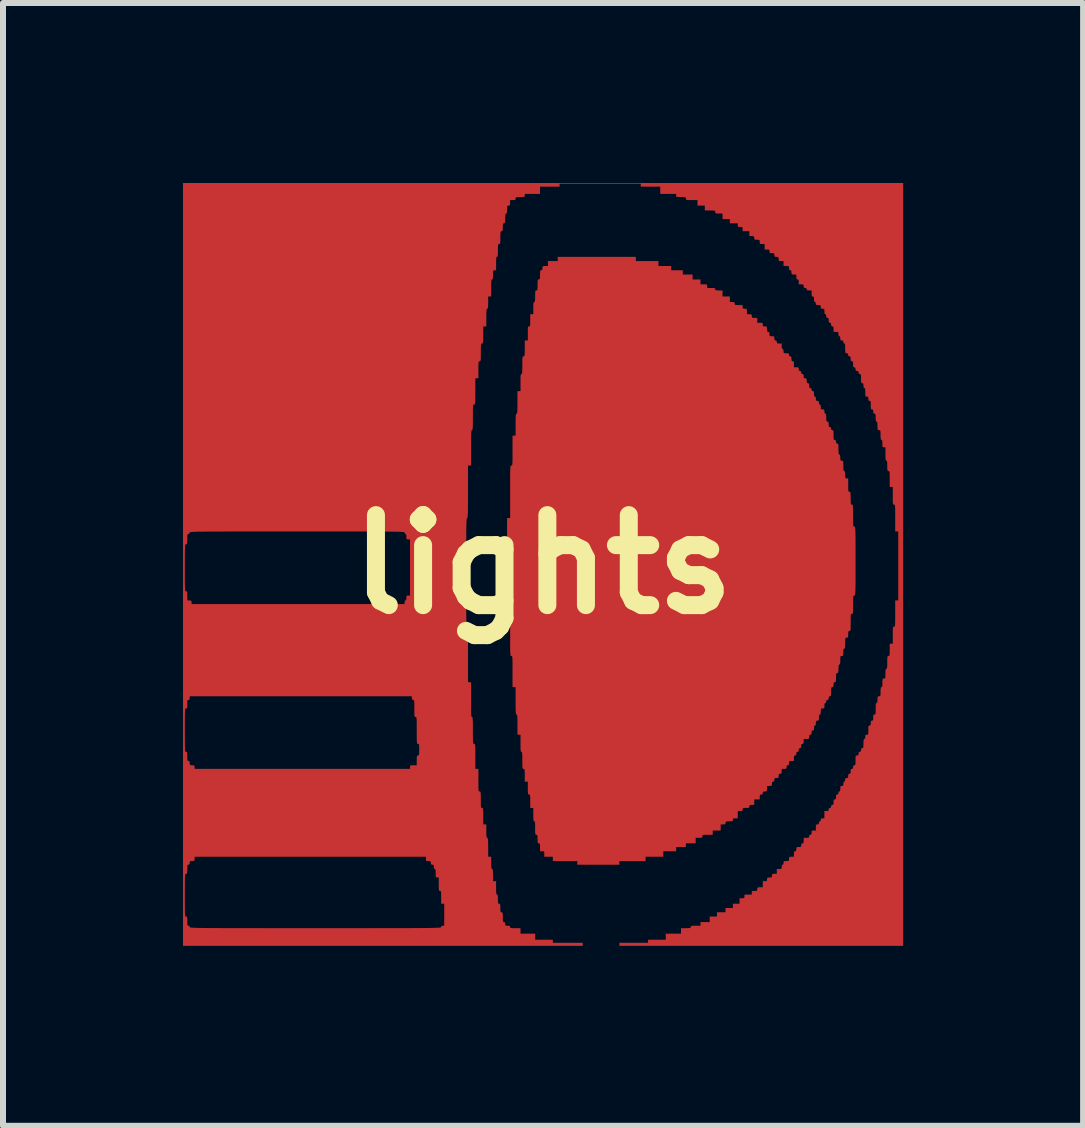
<source format=kicad_pcb>
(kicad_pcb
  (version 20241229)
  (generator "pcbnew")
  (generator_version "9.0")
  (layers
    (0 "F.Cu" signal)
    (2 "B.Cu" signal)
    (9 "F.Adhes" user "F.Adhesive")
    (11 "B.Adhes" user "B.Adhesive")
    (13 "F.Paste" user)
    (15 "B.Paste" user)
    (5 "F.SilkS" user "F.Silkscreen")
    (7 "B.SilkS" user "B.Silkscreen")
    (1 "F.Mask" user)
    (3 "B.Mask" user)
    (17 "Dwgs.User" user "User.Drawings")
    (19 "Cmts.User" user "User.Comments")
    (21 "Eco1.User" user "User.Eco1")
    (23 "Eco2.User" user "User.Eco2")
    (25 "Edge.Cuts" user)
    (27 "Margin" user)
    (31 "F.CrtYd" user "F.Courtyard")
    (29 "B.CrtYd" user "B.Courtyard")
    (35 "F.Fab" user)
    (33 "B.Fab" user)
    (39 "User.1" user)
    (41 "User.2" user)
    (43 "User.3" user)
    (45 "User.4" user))
  (footprint "lights"
    (layer "F.Cu")
    (at 6.002 6.358)
    (property "Reference" "lights" (at 0 0 0) (layer "F.SilkS") (effects (font (size 1.5 1.5) (thickness 0.3))))
    (attr board_only exclude_from_pos_files exclude_from_bom)
    (fp_poly (pts (xy 1.546 -5.091) (xy 1.546 -5.056) (xy 1.734 -5.056) (xy 1.923 -5.056) (xy 1.923 -5.015) (xy 1.923 -4.974) (xy 2.029 -4.974) (xy 2.136 -4.974) (xy 2.136 -4.939) (xy 2.136 -4.903) (xy 2.233 -4.903) (xy 2.329 -4.903) (xy 2.329 -4.867) (xy 2.329 -4.832) (xy 2.411 -4.832) (xy 2.492 -4.832) (xy 2.492 -4.791) (xy 2.492 -4.75) (xy 2.558 -4.75) (xy 2.624 -4.75) (xy 2.624 -4.71) (xy 2.624 -4.669) (xy 2.68 -4.669) (xy 2.712 -4.669) (xy 2.729 -4.665) (xy 2.735 -4.656) (xy 2.736 -4.639) (xy 2.736 -4.639) (xy 2.736 -4.608) (xy 2.802 -4.608) (xy 2.838 -4.607) (xy 2.858 -4.605) (xy 2.867 -4.598) (xy 2.869 -4.588) (xy 2.871 -4.576) (xy 2.881 -4.57) (xy 2.903 -4.568) (xy 2.93 -4.567) (xy 2.991 -4.567) (xy 2.991 -4.516) (xy 2.991 -4.466) (xy 3.052 -4.466) (xy 3.113 -4.466) (xy 3.113 -4.42) (xy 3.113 -4.374) (xy 3.153 -4.374) (xy 3.18 -4.373) (xy 3.191 -4.366) (xy 3.194 -4.351) (xy 3.194 -4.349) (xy 3.195 -4.335) (xy 3.202 -4.327) (xy 3.218 -4.324) (xy 3.249 -4.323) (xy 3.26 -4.323) (xy 3.326 -4.323) (xy 3.326 -4.293) (xy 3.328 -4.272) (xy 3.338 -4.264) (xy 3.362 -4.262) (xy 3.384 -4.261) (xy 3.394 -4.255) (xy 3.397 -4.237) (xy 3.398 -4.216) (xy 3.398 -4.171) (xy 3.438 -4.171) (xy 3.464 -4.169) (xy 3.476 -4.163) (xy 3.479 -4.147) (xy 3.479 -4.14) (xy 3.48 -4.121) (xy 3.488 -4.112) (xy 3.507 -4.11) (xy 3.525 -4.11) (xy 3.57 -4.11) (xy 3.57 -4.069) (xy 3.57 -4.028) (xy 3.616 -4.028) (xy 3.644 -4.027) (xy 3.658 -4.022) (xy 3.662 -4.009) (xy 3.662 -3.998) (xy 3.664 -3.977) (xy 3.674 -3.969) (xy 3.698 -3.967) (xy 3.719 -3.966) (xy 3.73 -3.96) (xy 3.733 -3.942) (xy 3.733 -3.921) (xy 3.735 -3.893) (xy 3.74 -3.879) (xy 3.752 -3.876) (xy 3.754 -3.876) (xy 3.768 -3.872) (xy 3.773 -3.856) (xy 3.774 -3.84) (xy 3.775 -3.817) (xy 3.783 -3.807) (xy 3.803 -3.804) (xy 3.815 -3.804) (xy 3.841 -3.803) (xy 3.852 -3.797) (xy 3.855 -3.779) (xy 3.855 -3.769) (xy 3.858 -3.744) (xy 3.866 -3.734) (xy 3.876 -3.733) (xy 3.892 -3.727) (xy 3.896 -3.708) (xy 3.898 -3.691) (xy 3.909 -3.684) (xy 3.933 -3.682) (xy 3.937 -3.682) (xy 3.977 -3.682) (xy 3.977 -3.637) (xy 3.979 -3.606) (xy 3.986 -3.593) (xy 3.993 -3.591) (xy 4.004 -3.583) (xy 4.008 -3.558) (xy 4.008 -3.555) (xy 4.009 -3.533) (xy 4.015 -3.523) (xy 4.033 -3.52) (xy 4.054 -3.52) (xy 4.082 -3.519) (xy 4.095 -3.513) (xy 4.099 -3.501) (xy 4.099 -3.494) (xy 4.104 -3.474) (xy 4.12 -3.469) (xy 4.133 -3.465) (xy 4.139 -3.452) (xy 4.14 -3.428) (xy 4.142 -3.401) (xy 4.149 -3.39) (xy 4.16 -3.387) (xy 4.173 -3.385) (xy 4.179 -3.373) (xy 4.181 -3.348) (xy 4.181 -3.336) (xy 4.181 -3.286) (xy 4.221 -3.286) (xy 4.248 -3.284) (xy 4.259 -3.278) (xy 4.262 -3.262) (xy 4.262 -3.255) (xy 4.265 -3.233) (xy 4.277 -3.225) (xy 4.282 -3.225) (xy 4.298 -3.219) (xy 4.303 -3.199) (xy 4.308 -3.179) (xy 4.323 -3.174) (xy 4.337 -3.17) (xy 4.343 -3.154) (xy 4.344 -3.138) (xy 4.345 -3.114) (xy 4.354 -3.104) (xy 4.369 -3.103) (xy 4.385 -3.1) (xy 4.393 -3.09) (xy 4.394 -3.065) (xy 4.394 -3.062) (xy 4.396 -3.035) (xy 4.403 -3.023) (xy 4.415 -3.021) (xy 4.428 -3.018) (xy 4.434 -3.004) (xy 4.435 -2.98) (xy 4.437 -2.954) (xy 4.444 -2.942) (xy 4.455 -2.94) (xy 4.471 -2.934) (xy 4.476 -2.914) (xy 4.481 -2.894) (xy 4.496 -2.889) (xy 4.509 -2.886) (xy 4.515 -2.873) (xy 4.516 -2.846) (xy 4.516 -2.843) (xy 4.518 -2.813) (xy 4.525 -2.799) (xy 4.532 -2.797) (xy 4.543 -2.79) (xy 4.547 -2.765) (xy 4.547 -2.762) (xy 4.549 -2.738) (xy 4.557 -2.728) (xy 4.572 -2.726) (xy 4.591 -2.723) (xy 4.597 -2.709) (xy 4.598 -2.696) (xy 4.602 -2.671) (xy 4.613 -2.665) (xy 4.624 -2.658) (xy 4.628 -2.636) (xy 4.628 -2.624) (xy 4.63 -2.598) (xy 4.636 -2.587) (xy 4.652 -2.584) (xy 4.659 -2.584) (xy 4.679 -2.582) (xy 4.688 -2.572) (xy 4.689 -2.548) (xy 4.693 -2.522) (xy 4.703 -2.513) (xy 4.705 -2.513) (xy 4.713 -2.508) (xy 4.718 -2.492) (xy 4.72 -2.461) (xy 4.72 -2.446) (xy 4.721 -2.411) (xy 4.723 -2.391) (xy 4.73 -2.382) (xy 4.74 -2.38) (xy 4.753 -2.377) (xy 4.759 -2.365) (xy 4.761 -2.338) (xy 4.761 -2.335) (xy 4.762 -2.306) (xy 4.767 -2.292) (xy 4.779 -2.289) (xy 4.781 -2.289) (xy 4.797 -2.283) (xy 4.801 -2.263) (xy 4.806 -2.243) (xy 4.822 -2.238) (xy 4.832 -2.236) (xy 4.838 -2.228) (xy 4.841 -2.21) (xy 4.842 -2.178) (xy 4.842 -2.157) (xy 4.842 -2.116) (xy 4.844 -2.092) (xy 4.849 -2.08) (xy 4.857 -2.075) (xy 4.862 -2.075) (xy 4.877 -2.07) (xy 4.882 -2.052) (xy 4.883 -2.045) (xy 4.886 -2.022) (xy 4.898 -2.014) (xy 4.903 -2.014) (xy 4.913 -2.013) (xy 4.919 -2.005) (xy 4.922 -1.989) (xy 4.923 -1.959) (xy 4.923 -1.923) (xy 4.924 -1.878) (xy 4.926 -1.85) (xy 4.93 -1.836) (xy 4.937 -1.831) (xy 4.939 -1.831) (xy 4.948 -1.826) (xy 4.953 -1.807) (xy 4.954 -1.78) (xy 4.955 -1.75) (xy 4.959 -1.735) (xy 4.969 -1.73) (xy 4.979 -1.729) (xy 4.992 -1.728) (xy 4.999 -1.723) (xy 5.003 -1.71) (xy 5.004 -1.684) (xy 5.005 -1.643) (xy 5.005 -1.6) (xy 5.008 -1.573) (xy 5.012 -1.56) (xy 5.02 -1.556) (xy 5.029 -1.552) (xy 5.034 -1.535) (xy 5.035 -1.503) (xy 5.035 -1.495) (xy 5.036 -1.461) (xy 5.039 -1.443) (xy 5.046 -1.436) (xy 5.06 -1.434) (xy 5.061 -1.434) (xy 5.086 -1.434) (xy 5.086 -1.322) (xy 5.086 -1.273) (xy 5.087 -1.241) (xy 5.09 -1.222) (xy 5.095 -1.213) (xy 5.103 -1.211) (xy 5.106 -1.21) (xy 5.116 -1.209) (xy 5.121 -1.203) (xy 5.125 -1.188) (xy 5.126 -1.16) (xy 5.127 -1.117) (xy 5.127 -1.104) (xy 5.127 -1.056) (xy 5.128 -1.025) (xy 5.131 -1.007) (xy 5.136 -0.999) (xy 5.145 -0.997) (xy 5.147 -0.997) (xy 5.154 -0.996) (xy 5.16 -0.992) (xy 5.163 -0.981) (xy 5.166 -0.961) (xy 5.167 -0.929) (xy 5.167 -0.883) (xy 5.167 -0.819) (xy 5.167 -0.814) (xy 5.168 -0.749) (xy 5.168 -0.701) (xy 5.169 -0.668) (xy 5.171 -0.648) (xy 5.175 -0.637) (xy 5.18 -0.632) (xy 5.187 -0.631) (xy 5.188 -0.631) (xy 5.192 -0.63) (xy 5.196 -0.628) (xy 5.199 -0.623) (xy 5.201 -0.612) (xy 5.203 -0.595) (xy 5.205 -0.57) (xy 5.206 -0.535) (xy 5.207 -0.489) (xy 5.208 -0.431) (xy 5.208 -0.358) (xy 5.208 -0.269) (xy 5.208 -0.163) (xy 5.208 -0.056) (xy 5.208 0.067) (xy 5.208 0.17) (xy 5.208 0.257) (xy 5.208 0.328) (xy 5.207 0.385) (xy 5.206 0.429) (xy 5.205 0.462) (xy 5.203 0.486) (xy 5.201 0.502) (xy 5.199 0.512) (xy 5.195 0.517) (xy 5.192 0.519) (xy 5.188 0.519) (xy 5.18 0.52) (xy 5.174 0.525) (xy 5.171 0.537) (xy 5.169 0.559) (xy 5.168 0.594) (xy 5.167 0.645) (xy 5.167 0.671) (xy 5.167 0.73) (xy 5.167 0.771) (xy 5.165 0.798) (xy 5.162 0.814) (xy 5.157 0.822) (xy 5.151 0.824) (xy 5.147 0.824) (xy 5.139 0.825) (xy 5.133 0.83) (xy 5.13 0.843) (xy 5.128 0.866) (xy 5.127 0.902) (xy 5.127 0.956) (xy 5.127 0.966) (xy 5.127 1.023) (xy 5.126 1.062) (xy 5.124 1.087) (xy 5.121 1.101) (xy 5.116 1.107) (xy 5.108 1.109) (xy 5.106 1.109) (xy 5.095 1.111) (xy 5.089 1.122) (xy 5.086 1.145) (xy 5.086 1.165) (xy 5.085 1.197) (xy 5.082 1.213) (xy 5.073 1.22) (xy 5.061 1.221) (xy 5.049 1.221) (xy 5.041 1.226) (xy 5.037 1.239) (xy 5.036 1.264) (xy 5.035 1.304) (xy 5.035 1.312) (xy 5.035 1.357) (xy 5.032 1.385) (xy 5.028 1.399) (xy 5.021 1.404) (xy 5.02 1.404) (xy 5.011 1.408) (xy 5.006 1.425) (xy 5.005 1.457) (xy 5.005 1.465) (xy 5.004 1.499) (xy 5.001 1.517) (xy 4.994 1.524) (xy 4.98 1.526) (xy 4.979 1.526) (xy 4.966 1.527) (xy 4.958 1.533) (xy 4.955 1.549) (xy 4.954 1.578) (xy 4.954 1.597) (xy 4.953 1.636) (xy 4.95 1.658) (xy 4.943 1.667) (xy 4.939 1.668) (xy 4.93 1.672) (xy 4.926 1.687) (xy 4.924 1.717) (xy 4.923 1.739) (xy 4.923 1.777) (xy 4.92 1.798) (xy 4.915 1.808) (xy 4.905 1.811) (xy 4.903 1.811) (xy 4.893 1.812) (xy 4.886 1.821) (xy 4.884 1.84) (xy 4.883 1.873) (xy 4.883 1.887) (xy 4.882 1.926) (xy 4.88 1.949) (xy 4.875 1.96) (xy 4.866 1.963) (xy 4.862 1.963) (xy 4.849 1.967) (xy 4.843 1.98) (xy 4.842 2.004) (xy 4.84 2.031) (xy 4.833 2.042) (xy 4.822 2.045) (xy 4.811 2.046) (xy 4.805 2.055) (xy 4.802 2.073) (xy 4.801 2.107) (xy 4.801 2.121) (xy 4.801 2.16) (xy 4.799 2.183) (xy 4.794 2.194) (xy 4.785 2.197) (xy 4.781 2.197) (xy 4.766 2.202) (xy 4.761 2.22) (xy 4.761 2.228) (xy 4.757 2.25) (xy 4.745 2.258) (xy 4.74 2.258) (xy 4.724 2.264) (xy 4.72 2.284) (xy 4.715 2.304) (xy 4.705 2.309) (xy 4.695 2.315) (xy 4.69 2.335) (xy 4.689 2.355) (xy 4.689 2.383) (xy 4.683 2.396) (xy 4.67 2.4) (xy 4.659 2.401) (xy 4.641 2.402) (xy 4.632 2.409) (xy 4.629 2.426) (xy 4.628 2.452) (xy 4.627 2.483) (xy 4.621 2.499) (xy 4.613 2.502) (xy 4.604 2.508) (xy 4.599 2.527) (xy 4.598 2.553) (xy 4.597 2.583) (xy 4.593 2.598) (xy 4.583 2.604) (xy 4.572 2.604) (xy 4.556 2.606) (xy 4.549 2.617) (xy 4.547 2.641) (xy 4.547 2.645) (xy 4.544 2.673) (xy 4.536 2.685) (xy 4.532 2.685) (xy 4.521 2.692) (xy 4.517 2.714) (xy 4.516 2.726) (xy 4.515 2.753) (xy 4.508 2.765) (xy 4.496 2.767) (xy 4.482 2.771) (xy 4.476 2.786) (xy 4.476 2.802) (xy 4.473 2.827) (xy 4.465 2.837) (xy 4.455 2.838) (xy 4.441 2.842) (xy 4.436 2.858) (xy 4.435 2.874) (xy 4.434 2.896) (xy 4.427 2.906) (xy 4.41 2.909) (xy 4.389 2.909) (xy 4.344 2.909) (xy 4.344 2.95) (xy 4.342 2.977) (xy 4.335 2.988) (xy 4.323 2.991) (xy 4.309 2.995) (xy 4.304 3.01) (xy 4.303 3.026) (xy 4.301 3.051) (xy 4.292 3.061) (xy 4.282 3.062) (xy 4.268 3.067) (xy 4.262 3.084) (xy 4.262 3.092) (xy 4.259 3.115) (xy 4.247 3.123) (xy 4.242 3.123) (xy 4.227 3.128) (xy 4.222 3.146) (xy 4.221 3.153) (xy 4.218 3.176) (xy 4.206 3.184) (xy 4.201 3.184) (xy 4.188 3.187) (xy 4.182 3.199) (xy 4.181 3.226) (xy 4.181 3.23) (xy 4.181 3.275) (xy 4.14 3.275) (xy 4.114 3.277) (xy 4.102 3.283) (xy 4.099 3.301) (xy 4.099 3.311) (xy 4.097 3.336) (xy 4.088 3.345) (xy 4.079 3.347) (xy 4.064 3.351) (xy 4.059 3.369) (xy 4.059 3.377) (xy 4.057 3.397) (xy 4.048 3.405) (xy 4.027 3.408) (xy 4.018 3.408) (xy 3.977 3.408) (xy 3.977 3.448) (xy 3.976 3.475) (xy 3.969 3.486) (xy 3.954 3.489) (xy 3.952 3.489) (xy 3.935 3.492) (xy 3.928 3.504) (xy 3.926 3.525) (xy 3.925 3.549) (xy 3.916 3.558) (xy 3.894 3.56) (xy 3.891 3.56) (xy 3.867 3.562) (xy 3.857 3.571) (xy 3.855 3.591) (xy 3.852 3.613) (xy 3.84 3.621) (xy 3.835 3.621) (xy 3.821 3.625) (xy 3.815 3.641) (xy 3.815 3.657) (xy 3.813 3.68) (xy 3.806 3.69) (xy 3.786 3.692) (xy 3.774 3.693) (xy 3.733 3.693) (xy 3.733 3.738) (xy 3.732 3.766) (xy 3.727 3.78) (xy 3.713 3.784) (xy 3.698 3.784) (xy 3.674 3.786) (xy 3.664 3.795) (xy 3.662 3.809) (xy 3.658 3.829) (xy 3.641 3.835) (xy 3.637 3.835) (xy 3.62 3.837) (xy 3.613 3.848) (xy 3.611 3.872) (xy 3.611 3.876) (xy 3.611 3.916) (xy 3.565 3.916) (xy 3.52 3.916) (xy 3.52 3.962) (xy 3.52 4.008) (xy 3.479 4.008) (xy 3.453 4.009) (xy 3.441 4.016) (xy 3.438 4.031) (xy 3.438 4.033) (xy 3.437 4.048) (xy 3.429 4.055) (xy 3.41 4.058) (xy 3.382 4.059) (xy 3.35 4.059) (xy 3.334 4.063) (xy 3.327 4.071) (xy 3.326 4.084) (xy 3.324 4.101) (xy 3.314 4.108) (xy 3.289 4.11) (xy 3.286 4.11) (xy 3.245 4.11) (xy 3.245 4.171) (xy 3.245 4.232) (xy 3.204 4.232) (xy 3.178 4.233) (xy 3.166 4.24) (xy 3.164 4.255) (xy 3.164 4.257) (xy 3.162 4.271) (xy 3.155 4.279) (xy 3.138 4.282) (xy 3.105 4.282) (xy 3.103 4.282) (xy 3.069 4.283) (xy 3.05 4.286) (xy 3.043 4.293) (xy 3.041 4.307) (xy 3.041 4.308) (xy 3.039 4.324) (xy 3.029 4.332) (xy 3.004 4.333) (xy 3.001 4.333) (xy 2.96 4.333) (xy 2.96 4.384) (xy 2.96 4.435) (xy 2.894 4.435) (xy 2.828 4.435) (xy 2.828 4.471) (xy 2.828 4.506) (xy 2.741 4.506) (xy 2.7 4.507) (xy 2.674 4.508) (xy 2.661 4.512) (xy 2.656 4.519) (xy 2.655 4.532) (xy 2.653 4.546) (xy 2.646 4.554) (xy 2.627 4.557) (xy 2.599 4.557) (xy 2.543 4.557) (xy 2.543 4.603) (xy 2.543 4.649) (xy 2.462 4.649) (xy 2.38 4.649) (xy 2.38 4.679) (xy 2.38 4.71) (xy 2.299 4.71) (xy 2.218 4.71) (xy 2.218 4.745) (xy 2.218 4.781) (xy 2.111 4.781) (xy 2.004 4.781) (xy 2.004 4.827) (xy 2.004 4.872) (xy 1.856 4.872) (xy 1.709 4.872) (xy 1.709 4.908) (xy 1.709 4.944) (xy 1.49 4.944) (xy 1.272 4.944) (xy 1.272 4.974) (xy 1.272 5.005) (xy 0.921 5.005) (xy 0.57 5.005) (xy 0.57 4.974) (xy 0.57 4.944) (xy 0.366 4.944) (xy 0.163 4.944) (xy 0.163 4.908) (xy 0.163 4.872) (xy 0.092 4.872) (xy 0.02 4.872) (xy 0.02 4.827) (xy 0.02 4.799) (xy 0.014 4.785) (xy 0.001 4.781) (xy -0.015 4.781) (xy -0.051 4.781) (xy -0.051 4.715) (xy -0.051 4.679) (xy -0.054 4.659) (xy -0.061 4.65) (xy -0.071 4.649) (xy -0.082 4.647) (xy -0.088 4.638) (xy -0.091 4.618) (xy -0.092 4.583) (xy -0.092 4.577) (xy -0.092 4.54) (xy -0.095 4.519) (xy -0.1 4.509) (xy -0.11 4.506) (xy -0.112 4.506) (xy -0.121 4.505) (xy -0.127 4.499) (xy -0.13 4.484) (xy -0.132 4.458) (xy -0.132 4.415) (xy -0.132 4.394) (xy -0.133 4.344) (xy -0.134 4.311) (xy -0.137 4.292) (xy -0.143 4.284) (xy -0.147 4.282) (xy -0.154 4.279) (xy -0.159 4.268) (xy -0.161 4.244) (xy -0.163 4.206) (xy -0.163 4.171) (xy -0.163 4.059) (xy -0.188 4.059) (xy -0.214 4.059) (xy -0.214 3.947) (xy -0.214 3.898) (xy -0.215 3.866) (xy -0.218 3.847) (xy -0.222 3.838) (xy -0.23 3.835) (xy -0.234 3.835) (xy -0.243 3.834) (xy -0.249 3.827) (xy -0.252 3.812) (xy -0.254 3.785) (xy -0.254 3.741) (xy -0.254 3.728) (xy -0.254 3.621) (xy -0.28 3.621) (xy -0.305 3.621) (xy -0.305 3.514) (xy -0.305 3.467) (xy -0.307 3.436) (xy -0.31 3.418) (xy -0.315 3.41) (xy -0.323 3.408) (xy -0.326 3.408) (xy -0.334 3.407) (xy -0.339 3.401) (xy -0.343 3.389) (xy -0.345 3.366) (xy -0.346 3.329) (xy -0.346 3.276) (xy -0.346 3.265) (xy -0.346 3.208) (xy -0.347 3.168) (xy -0.35 3.142) (xy -0.353 3.128) (xy -0.359 3.123) (xy -0.361 3.123) (xy -0.367 3.12) (xy -0.372 3.11) (xy -0.374 3.088) (xy -0.376 3.054) (xy -0.376 3.003) (xy -0.376 2.98) (xy -0.376 2.838) (xy -0.402 2.838) (xy -0.427 2.838) (xy -0.427 2.67) (xy -0.427 2.607) (xy -0.428 2.562) (xy -0.43 2.531) (xy -0.433 2.513) (xy -0.437 2.504) (xy -0.442 2.502) (xy -0.447 2.5) (xy -0.451 2.491) (xy -0.454 2.474) (xy -0.456 2.445) (xy -0.457 2.404) (xy -0.458 2.346) (xy -0.458 2.273) (xy -0.458 2.045) (xy -0.483 2.045) (xy -0.509 2.045) (xy -0.509 1.785) (xy -0.509 1.706) (xy -0.509 1.645) (xy -0.51 1.599) (xy -0.511 1.567) (xy -0.513 1.546) (xy -0.516 1.534) (xy -0.52 1.528) (xy -0.526 1.526) (xy -0.529 1.526) (xy -0.534 1.525) (xy -0.538 1.523) (xy -0.542 1.516) (xy -0.544 1.503) (xy -0.546 1.482) (xy -0.548 1.452) (xy -0.548 1.41) (xy -0.549 1.354) (xy -0.549 1.283) (xy -0.549 1.194) (xy -0.549 1.129) (xy -0.549 0.732) (xy -0.575 0.732) (xy -0.6 0.732) (xy -0.6 -0.02) (xy -0.6 -0.773) (xy -0.575 -0.773) (xy -0.549 -0.773) (xy -0.549 -1.21) (xy -0.549 -1.316) (xy -0.549 -1.403) (xy -0.549 -1.474) (xy -0.548 -1.529) (xy -0.547 -1.571) (xy -0.546 -1.602) (xy -0.544 -1.623) (xy -0.542 -1.637) (xy -0.539 -1.644) (xy -0.535 -1.647) (xy -0.53 -1.648) (xy -0.529 -1.648) (xy -0.523 -1.649) (xy -0.518 -1.652) (xy -0.514 -1.661) (xy -0.512 -1.678) (xy -0.51 -1.705) (xy -0.509 -1.744) (xy -0.509 -1.798) (xy -0.509 -1.869) (xy -0.509 -1.897) (xy -0.509 -2.146) (xy -0.483 -2.146) (xy -0.458 -2.146) (xy -0.458 -2.329) (xy -0.458 -2.396) (xy -0.457 -2.444) (xy -0.455 -2.477) (xy -0.453 -2.498) (xy -0.449 -2.509) (xy -0.444 -2.512) (xy -0.442 -2.513) (xy -0.437 -2.515) (xy -0.433 -2.524) (xy -0.43 -2.543) (xy -0.429 -2.574) (xy -0.428 -2.619) (xy -0.427 -2.681) (xy -0.427 -2.701) (xy -0.427 -2.889) (xy -0.402 -2.889) (xy -0.376 -2.889) (xy -0.376 -3.031) (xy -0.376 -3.089) (xy -0.375 -3.129) (xy -0.373 -3.154) (xy -0.369 -3.168) (xy -0.364 -3.173) (xy -0.361 -3.174) (xy -0.355 -3.177) (xy -0.351 -3.187) (xy -0.348 -3.208) (xy -0.347 -3.242) (xy -0.346 -3.292) (xy -0.346 -3.321) (xy -0.346 -3.379) (xy -0.345 -3.419) (xy -0.343 -3.445) (xy -0.34 -3.46) (xy -0.335 -3.467) (xy -0.328 -3.469) (xy -0.326 -3.469) (xy -0.317 -3.47) (xy -0.312 -3.475) (xy -0.308 -3.489) (xy -0.306 -3.513) (xy -0.305 -3.551) (xy -0.305 -3.601) (xy -0.305 -3.733) (xy -0.28 -3.733) (xy -0.254 -3.733) (xy -0.254 -3.85) (xy -0.254 -3.9) (xy -0.253 -3.934) (xy -0.251 -3.954) (xy -0.246 -3.964) (xy -0.239 -3.967) (xy -0.234 -3.967) (xy -0.225 -3.969) (xy -0.219 -3.975) (xy -0.215 -3.991) (xy -0.214 -4.019) (xy -0.214 -4.063) (xy -0.214 -4.069) (xy -0.214 -4.171) (xy -0.188 -4.171) (xy -0.163 -4.171) (xy -0.163 -4.272) (xy -0.162 -4.32) (xy -0.16 -4.35) (xy -0.157 -4.367) (xy -0.151 -4.374) (xy -0.147 -4.374) (xy -0.14 -4.378) (xy -0.136 -4.39) (xy -0.133 -4.415) (xy -0.132 -4.457) (xy -0.132 -4.471) (xy -0.132 -4.516) (xy -0.13 -4.544) (xy -0.127 -4.559) (xy -0.121 -4.566) (xy -0.112 -4.567) (xy -0.102 -4.569) (xy -0.096 -4.576) (xy -0.093 -4.593) (xy -0.092 -4.623) (xy -0.092 -4.659) (xy -0.091 -4.702) (xy -0.09 -4.729) (xy -0.086 -4.744) (xy -0.079 -4.75) (xy -0.071 -4.75) (xy -0.061 -4.752) (xy -0.055 -4.76) (xy -0.052 -4.779) (xy -0.051 -4.813) (xy -0.051 -4.827) (xy -0.05 -4.866) (xy -0.048 -4.889) (xy -0.043 -4.9) (xy -0.034 -4.903) (xy -0.031 -4.903) (xy -0.016 -4.907) (xy -0.011 -4.923) (xy -0.01 -4.939) (xy -0.009 -4.96) (xy -0.003 -4.971) (xy 0.015 -4.974) (xy 0.036 -4.974) (xy 0.081 -4.974) (xy 0.081 -5.015) (xy 0.081 -5.056) (xy 0.163 -5.056) (xy 0.244 -5.056) (xy 0.244 -5.091) (xy 0.244 -5.127) (xy 0.895 -5.127) (xy 1.546 -5.127)) (stroke (width 0) (type solid)) (fill yes) (layer "F.Cu"))
    (fp_poly (pts (xy 6.002 0) (xy 6.002 6.358) (xy 3.637 6.358) (xy 1.272 6.358) (xy 1.272 6.332) (xy 1.272 6.307) (xy 1.511 6.307) (xy 1.75 6.307) (xy 1.75 6.281) (xy 1.75 6.256) (xy 1.897 6.256) (xy 2.045 6.256) (xy 2.045 6.205) (xy 2.045 6.154) (xy 2.172 6.154) (xy 2.299 6.154) (xy 2.299 6.108) (xy 2.299 6.063) (xy 2.38 6.063) (xy 2.421 6.062) (xy 2.445 6.06) (xy 2.457 6.056) (xy 2.461 6.048) (xy 2.462 6.042) (xy 2.463 6.032) (xy 2.471 6.026) (xy 2.489 6.023) (xy 2.522 6.022) (xy 2.543 6.022) (xy 2.624 6.022) (xy 2.624 5.991) (xy 2.624 5.961) (xy 2.701 5.961) (xy 2.777 5.961) (xy 2.777 5.915) (xy 2.777 5.869) (xy 2.838 5.869) (xy 2.899 5.869) (xy 2.899 5.834) (xy 2.899 5.798) (xy 2.97 5.798) (xy 3.041 5.798) (xy 3.041 5.763) (xy 3.041 5.727) (xy 3.103 5.727) (xy 3.164 5.727) (xy 3.164 5.691) (xy 3.164 5.656) (xy 3.22 5.656) (xy 3.275 5.656) (xy 3.275 5.61) (xy 3.275 5.564) (xy 3.316 5.564) (xy 3.342 5.563) (xy 3.354 5.556) (xy 3.357 5.54) (xy 3.357 5.534) (xy 3.357 5.503) (xy 3.418 5.503) (xy 3.479 5.503) (xy 3.479 5.473) (xy 3.48 5.454) (xy 3.488 5.445) (xy 3.507 5.442) (xy 3.525 5.442) (xy 3.553 5.441) (xy 3.566 5.436) (xy 3.57 5.423) (xy 3.57 5.412) (xy 3.572 5.393) (xy 3.579 5.384) (xy 3.599 5.381) (xy 3.616 5.381) (xy 3.662 5.381) (xy 3.662 5.33) (xy 3.662 5.279) (xy 3.698 5.279) (xy 3.722 5.278) (xy 3.731 5.269) (xy 3.733 5.249) (xy 3.735 5.229) (xy 3.744 5.221) (xy 3.765 5.218) (xy 3.774 5.218) (xy 3.8 5.217) (xy 3.812 5.211) (xy 3.815 5.194) (xy 3.815 5.188) (xy 3.816 5.168) (xy 3.825 5.16) (xy 3.847 5.157) (xy 3.855 5.157) (xy 3.896 5.157) (xy 3.896 5.117) (xy 3.896 5.076) (xy 3.937 5.076) (xy 3.963 5.075) (xy 3.974 5.068) (xy 3.977 5.051) (xy 3.977 5.04) (xy 3.981 5.014) (xy 3.991 5.005) (xy 3.993 5.005) (xy 4.005 4.996) (xy 4.008 4.974) (xy 4.009 4.955) (xy 4.017 4.947) (xy 4.036 4.944) (xy 4.054 4.944) (xy 4.082 4.943) (xy 4.095 4.938) (xy 4.099 4.924) (xy 4.099 4.908) (xy 4.101 4.885) (xy 4.108 4.875) (xy 4.128 4.873) (xy 4.14 4.872) (xy 4.181 4.872) (xy 4.181 4.827) (xy 4.182 4.798) (xy 4.188 4.785) (xy 4.2 4.781) (xy 4.201 4.781) (xy 4.215 4.777) (xy 4.221 4.761) (xy 4.221 4.745) (xy 4.223 4.723) (xy 4.23 4.712) (xy 4.25 4.71) (xy 4.262 4.71) (xy 4.288 4.709) (xy 4.3 4.702) (xy 4.303 4.686) (xy 4.303 4.679) (xy 4.306 4.657) (xy 4.318 4.649) (xy 4.323 4.649) (xy 4.336 4.646) (xy 4.342 4.633) (xy 4.344 4.606) (xy 4.344 4.603) (xy 4.344 4.557) (xy 4.389 4.557) (xy 4.418 4.556) (xy 4.431 4.551) (xy 4.435 4.539) (xy 4.435 4.532) (xy 4.44 4.512) (xy 4.455 4.506) (xy 4.469 4.502) (xy 4.475 4.487) (xy 4.476 4.471) (xy 4.477 4.447) (xy 4.486 4.437) (xy 4.509 4.435) (xy 4.511 4.435) (xy 4.547 4.435) (xy 4.547 4.384) (xy 4.548 4.354) (xy 4.552 4.339) (xy 4.562 4.334) (xy 4.572 4.333) (xy 4.592 4.329) (xy 4.598 4.313) (xy 4.598 4.308) (xy 4.603 4.287) (xy 4.613 4.282) (xy 4.625 4.274) (xy 4.628 4.257) (xy 4.632 4.239) (xy 4.646 4.232) (xy 4.659 4.232) (xy 4.689 4.232) (xy 4.689 4.171) (xy 4.689 4.11) (xy 4.725 4.11) (xy 4.749 4.108) (xy 4.759 4.099) (xy 4.761 4.084) (xy 4.765 4.064) (xy 4.781 4.059) (xy 4.797 4.053) (xy 4.801 4.033) (xy 4.806 4.013) (xy 4.822 4.008) (xy 4.834 4.005) (xy 4.84 3.992) (xy 4.842 3.965) (xy 4.842 3.962) (xy 4.843 3.933) (xy 4.849 3.92) (xy 4.861 3.916) (xy 4.862 3.916) (xy 4.876 3.913) (xy 4.882 3.899) (xy 4.883 3.876) (xy 4.884 3.849) (xy 4.891 3.837) (xy 4.903 3.835) (xy 4.919 3.829) (xy 4.923 3.809) (xy 4.929 3.789) (xy 4.939 3.784) (xy 4.949 3.778) (xy 4.953 3.758) (xy 4.954 3.738) (xy 4.955 3.71) (xy 4.96 3.697) (xy 4.972 3.693) (xy 4.979 3.693) (xy 4.996 3.69) (xy 5.004 3.678) (xy 5.005 3.657) (xy 5.008 3.631) (xy 5.019 3.621) (xy 5.02 3.621) (xy 5.032 3.612) (xy 5.035 3.591) (xy 5.038 3.569) (xy 5.05 3.561) (xy 5.061 3.56) (xy 5.078 3.558) (xy 5.085 3.546) (xy 5.086 3.525) (xy 5.088 3.5) (xy 5.097 3.49) (xy 5.106 3.489) (xy 5.12 3.486) (xy 5.126 3.472) (xy 5.127 3.448) (xy 5.128 3.422) (xy 5.135 3.41) (xy 5.147 3.408) (xy 5.162 3.403) (xy 5.167 3.385) (xy 5.167 3.377) (xy 5.171 3.355) (xy 5.183 3.347) (xy 5.188 3.347) (xy 5.198 3.345) (xy 5.204 3.337) (xy 5.207 3.319) (xy 5.208 3.287) (xy 5.208 3.265) (xy 5.208 3.225) (xy 5.21 3.201) (xy 5.215 3.189) (xy 5.223 3.184) (xy 5.234 3.184) (xy 5.252 3.181) (xy 5.258 3.167) (xy 5.259 3.153) (xy 5.262 3.131) (xy 5.274 3.123) (xy 5.279 3.123) (xy 5.294 3.118) (xy 5.3 3.1) (xy 5.3 3.092) (xy 5.303 3.07) (xy 5.315 3.062) (xy 5.32 3.062) (xy 5.33 3.06) (xy 5.337 3.052) (xy 5.339 3.033) (xy 5.34 2.999) (xy 5.34 2.986) (xy 5.341 2.945) (xy 5.344 2.922) (xy 5.35 2.911) (xy 5.356 2.909) (xy 5.367 2.902) (xy 5.371 2.877) (xy 5.371 2.874) (xy 5.373 2.85) (xy 5.381 2.84) (xy 5.396 2.838) (xy 5.409 2.837) (xy 5.417 2.831) (xy 5.421 2.817) (xy 5.422 2.789) (xy 5.422 2.762) (xy 5.422 2.723) (xy 5.424 2.7) (xy 5.429 2.689) (xy 5.438 2.686) (xy 5.442 2.685) (xy 5.455 2.682) (xy 5.461 2.668) (xy 5.462 2.645) (xy 5.464 2.618) (xy 5.471 2.606) (xy 5.483 2.604) (xy 5.495 2.601) (xy 5.501 2.59) (xy 5.503 2.565) (xy 5.503 2.553) (xy 5.504 2.523) (xy 5.509 2.508) (xy 5.519 2.503) (xy 5.524 2.502) (xy 5.533 2.501) (xy 5.539 2.494) (xy 5.542 2.478) (xy 5.544 2.449) (xy 5.544 2.406) (xy 5.544 2.36) (xy 5.546 2.331) (xy 5.55 2.315) (xy 5.557 2.309) (xy 5.559 2.309) (xy 5.568 2.304) (xy 5.573 2.286) (xy 5.574 2.253) (xy 5.575 2.221) (xy 5.579 2.204) (xy 5.587 2.198) (xy 5.6 2.197) (xy 5.613 2.196) (xy 5.62 2.191) (xy 5.624 2.176) (xy 5.625 2.148) (xy 5.625 2.121) (xy 5.626 2.081) (xy 5.629 2.057) (xy 5.635 2.046) (xy 5.64 2.045) (xy 5.649 2.04) (xy 5.654 2.025) (xy 5.656 1.996) (xy 5.656 1.973) (xy 5.656 1.936) (xy 5.658 1.915) (xy 5.664 1.905) (xy 5.674 1.902) (xy 5.681 1.902) (xy 5.694 1.901) (xy 5.701 1.896) (xy 5.705 1.882) (xy 5.706 1.855) (xy 5.707 1.821) (xy 5.707 1.779) (xy 5.71 1.754) (xy 5.715 1.742) (xy 5.722 1.739) (xy 5.729 1.736) (xy 5.733 1.724) (xy 5.736 1.7) (xy 5.737 1.661) (xy 5.737 1.633) (xy 5.737 1.585) (xy 5.739 1.554) (xy 5.741 1.536) (xy 5.747 1.528) (xy 5.755 1.526) (xy 5.757 1.526) (xy 5.767 1.524) (xy 5.773 1.518) (xy 5.776 1.502) (xy 5.777 1.474) (xy 5.778 1.43) (xy 5.778 1.424) (xy 5.778 1.322) (xy 5.803 1.322) (xy 5.829 1.322) (xy 5.829 1.18) (xy 5.829 1.124) (xy 5.83 1.084) (xy 5.831 1.059) (xy 5.835 1.045) (xy 5.84 1.039) (xy 5.848 1.038) (xy 5.849 1.038) (xy 5.856 1.037) (xy 5.861 1.033) (xy 5.864 1.023) (xy 5.867 1.005) (xy 5.868 0.976) (xy 5.869 0.934) (xy 5.869 0.877) (xy 5.869 0.819) (xy 5.869 0.6) (xy 5.895 0.6) (xy 5.92 0.6) (xy 5.92 0.025) (xy 5.92 -0.549) (xy 5.895 -0.549) (xy 5.869 -0.549) (xy 5.869 -0.773) (xy 5.869 -0.846) (xy 5.869 -0.901) (xy 5.868 -0.941) (xy 5.866 -0.968) (xy 5.864 -0.984) (xy 5.86 -0.993) (xy 5.855 -0.996) (xy 5.849 -0.997) (xy 5.841 -0.998) (xy 5.836 -1.003) (xy 5.832 -1.015) (xy 5.83 -1.038) (xy 5.829 -1.074) (xy 5.829 -1.126) (xy 5.829 -1.144) (xy 5.829 -1.292) (xy 5.803 -1.292) (xy 5.778 -1.292) (xy 5.778 -1.424) (xy 5.778 -1.478) (xy 5.777 -1.515) (xy 5.775 -1.538) (xy 5.771 -1.55) (xy 5.765 -1.555) (xy 5.757 -1.556) (xy 5.748 -1.558) (xy 5.742 -1.565) (xy 5.738 -1.583) (xy 5.737 -1.614) (xy 5.737 -1.643) (xy 5.736 -1.686) (xy 5.734 -1.712) (xy 5.729 -1.726) (xy 5.722 -1.729) (xy 5.715 -1.732) (xy 5.711 -1.744) (xy 5.708 -1.768) (xy 5.707 -1.806) (xy 5.707 -1.841) (xy 5.707 -1.953) (xy 5.681 -1.953) (xy 5.667 -1.954) (xy 5.659 -1.961) (xy 5.656 -1.979) (xy 5.656 -2.012) (xy 5.656 -2.014) (xy 5.655 -2.05) (xy 5.65 -2.069) (xy 5.642 -2.075) (xy 5.64 -2.075) (xy 5.633 -2.079) (xy 5.628 -2.093) (xy 5.626 -2.12) (xy 5.625 -2.157) (xy 5.625 -2.197) (xy 5.623 -2.221) (xy 5.619 -2.233) (xy 5.611 -2.237) (xy 5.6 -2.238) (xy 5.587 -2.239) (xy 5.579 -2.245) (xy 5.575 -2.261) (xy 5.574 -2.29) (xy 5.574 -2.309) (xy 5.573 -2.348) (xy 5.57 -2.37) (xy 5.564 -2.379) (xy 5.559 -2.38) (xy 5.551 -2.385) (xy 5.546 -2.4) (xy 5.544 -2.431) (xy 5.544 -2.446) (xy 5.543 -2.482) (xy 5.54 -2.502) (xy 5.534 -2.511) (xy 5.524 -2.513) (xy 5.509 -2.517) (xy 5.504 -2.532) (xy 5.503 -2.548) (xy 5.501 -2.573) (xy 5.492 -2.583) (xy 5.483 -2.584) (xy 5.472 -2.586) (xy 5.466 -2.594) (xy 5.463 -2.614) (xy 5.462 -2.649) (xy 5.462 -2.655) (xy 5.462 -2.692) (xy 5.459 -2.714) (xy 5.454 -2.724) (xy 5.444 -2.726) (xy 5.442 -2.726) (xy 5.428 -2.73) (xy 5.422 -2.746) (xy 5.422 -2.762) (xy 5.42 -2.786) (xy 5.411 -2.796) (xy 5.396 -2.797) (xy 5.383 -2.798) (xy 5.375 -2.805) (xy 5.372 -2.82) (xy 5.371 -2.85) (xy 5.371 -2.869) (xy 5.37 -2.907) (xy 5.367 -2.929) (xy 5.36 -2.939) (xy 5.356 -2.94) (xy 5.345 -2.946) (xy 5.341 -2.969) (xy 5.34 -2.98) (xy 5.339 -3.007) (xy 5.332 -3.019) (xy 5.32 -3.021) (xy 5.31 -3.023) (xy 5.304 -3.031) (xy 5.301 -3.05) (xy 5.3 -3.084) (xy 5.3 -3.097) (xy 5.299 -3.136) (xy 5.297 -3.159) (xy 5.292 -3.17) (xy 5.283 -3.174) (xy 5.279 -3.174) (xy 5.263 -3.18) (xy 5.259 -3.199) (xy 5.255 -3.219) (xy 5.238 -3.224) (xy 5.234 -3.225) (xy 5.215 -3.228) (xy 5.209 -3.242) (xy 5.208 -3.255) (xy 5.205 -3.277) (xy 5.193 -3.285) (xy 5.188 -3.286) (xy 5.176 -3.288) (xy 5.17 -3.3) (xy 5.168 -3.325) (xy 5.167 -3.336) (xy 5.166 -3.367) (xy 5.162 -3.382) (xy 5.152 -3.387) (xy 5.147 -3.387) (xy 5.134 -3.391) (xy 5.128 -3.405) (xy 5.127 -3.428) (xy 5.125 -3.455) (xy 5.118 -3.466) (xy 5.106 -3.469) (xy 5.09 -3.475) (xy 5.086 -3.494) (xy 5.082 -3.514) (xy 5.065 -3.519) (xy 5.061 -3.52) (xy 5.048 -3.52) (xy 5.041 -3.526) (xy 5.037 -3.54) (xy 5.035 -3.567) (xy 5.035 -3.601) (xy 5.035 -3.643) (xy 5.032 -3.668) (xy 5.027 -3.68) (xy 5.02 -3.682) (xy 5.008 -3.691) (xy 5.005 -3.708) (xy 5.001 -3.727) (xy 4.984 -3.733) (xy 4.979 -3.733) (xy 4.962 -3.736) (xy 4.955 -3.748) (xy 4.954 -3.769) (xy 4.951 -3.795) (xy 4.94 -3.804) (xy 4.939 -3.804) (xy 4.927 -3.812) (xy 4.923 -3.837) (xy 4.923 -3.84) (xy 4.922 -3.863) (xy 4.915 -3.873) (xy 4.895 -3.876) (xy 4.883 -3.876) (xy 4.842 -3.876) (xy 4.842 -3.921) (xy 4.841 -3.95) (xy 4.835 -3.964) (xy 4.823 -3.967) (xy 4.822 -3.967) (xy 4.807 -3.972) (xy 4.801 -3.99) (xy 4.801 -3.998) (xy 4.798 -4.02) (xy 4.786 -4.028) (xy 4.781 -4.028) (xy 4.768 -4.032) (xy 4.762 -4.045) (xy 4.761 -4.069) (xy 4.759 -4.096) (xy 4.752 -4.107) (xy 4.74 -4.11) (xy 4.725 -4.114) (xy 4.72 -4.132) (xy 4.72 -4.14) (xy 4.715 -4.164) (xy 4.705 -4.171) (xy 4.695 -4.177) (xy 4.69 -4.197) (xy 4.689 -4.216) (xy 4.689 -4.245) (xy 4.683 -4.258) (xy 4.67 -4.262) (xy 4.659 -4.262) (xy 4.637 -4.265) (xy 4.629 -4.277) (xy 4.628 -4.293) (xy 4.627 -4.312) (xy 4.618 -4.321) (xy 4.596 -4.323) (xy 4.588 -4.323) (xy 4.561 -4.325) (xy 4.55 -4.331) (xy 4.547 -4.346) (xy 4.547 -4.349) (xy 4.542 -4.369) (xy 4.532 -4.374) (xy 4.522 -4.38) (xy 4.517 -4.4) (xy 4.516 -4.42) (xy 4.515 -4.448) (xy 4.51 -4.462) (xy 4.498 -4.466) (xy 4.496 -4.466) (xy 4.484 -4.468) (xy 4.478 -4.48) (xy 4.476 -4.505) (xy 4.476 -4.516) (xy 4.476 -4.567) (xy 4.435 -4.567) (xy 4.408 -4.569) (xy 4.397 -4.576) (xy 4.394 -4.588) (xy 4.388 -4.604) (xy 4.369 -4.608) (xy 4.351 -4.611) (xy 4.344 -4.625) (xy 4.344 -4.639) (xy 4.342 -4.658) (xy 4.333 -4.667) (xy 4.312 -4.669) (xy 4.303 -4.669) (xy 4.262 -4.669) (xy 4.262 -4.71) (xy 4.26 -4.736) (xy 4.254 -4.748) (xy 4.242 -4.75) (xy 4.229 -4.754) (xy 4.223 -4.768) (xy 4.221 -4.791) (xy 4.221 -4.832) (xy 4.181 -4.832) (xy 4.155 -4.833) (xy 4.143 -4.84) (xy 4.14 -4.857) (xy 4.14 -4.867) (xy 4.138 -4.892) (xy 4.129 -4.902) (xy 4.12 -4.903) (xy 4.106 -4.907) (xy 4.1 -4.923) (xy 4.099 -4.939) (xy 4.098 -4.96) (xy 4.092 -4.971) (xy 4.074 -4.974) (xy 4.054 -4.974) (xy 4.008 -4.974) (xy 4.008 -5.015) (xy 4.008 -5.056) (xy 3.967 -5.056) (xy 3.941 -5.057) (xy 3.93 -5.063) (xy 3.927 -5.081) (xy 3.926 -5.091) (xy 3.925 -5.115) (xy 3.916 -5.125) (xy 3.894 -5.127) (xy 3.891 -5.127) (xy 3.867 -5.128) (xy 3.857 -5.137) (xy 3.855 -5.157) (xy 3.854 -5.177) (xy 3.845 -5.186) (xy 3.823 -5.188) (xy 3.815 -5.188) (xy 3.788 -5.189) (xy 3.777 -5.196) (xy 3.774 -5.212) (xy 3.774 -5.218) (xy 3.772 -5.238) (xy 3.764 -5.247) (xy 3.742 -5.249) (xy 3.733 -5.249) (xy 3.693 -5.249) (xy 3.693 -5.295) (xy 3.693 -5.34) (xy 3.652 -5.34) (xy 3.626 -5.341) (xy 3.614 -5.348) (xy 3.611 -5.366) (xy 3.611 -5.376) (xy 3.61 -5.398) (xy 3.604 -5.408) (xy 3.586 -5.411) (xy 3.565 -5.412) (xy 3.537 -5.412) (xy 3.524 -5.418) (xy 3.52 -5.431) (xy 3.52 -5.442) (xy 3.518 -5.462) (xy 3.509 -5.47) (xy 3.488 -5.473) (xy 3.479 -5.473) (xy 3.438 -5.473) (xy 3.438 -5.513) (xy 3.438 -5.554) (xy 3.382 -5.554) (xy 3.326 -5.554) (xy 3.326 -5.59) (xy 3.325 -5.612) (xy 3.317 -5.623) (xy 3.298 -5.625) (xy 3.286 -5.625) (xy 3.26 -5.626) (xy 3.248 -5.633) (xy 3.245 -5.649) (xy 3.245 -5.656) (xy 3.245 -5.686) (xy 3.179 -5.686) (xy 3.113 -5.686) (xy 3.113 -5.722) (xy 3.113 -5.757) (xy 3.052 -5.757) (xy 2.991 -5.757) (xy 2.991 -5.803) (xy 2.991 -5.849) (xy 2.93 -5.849) (xy 2.896 -5.85) (xy 2.878 -5.853) (xy 2.87 -5.86) (xy 2.869 -5.874) (xy 2.869 -5.874) (xy 2.868 -5.887) (xy 2.863 -5.894) (xy 2.849 -5.898) (xy 2.824 -5.9) (xy 2.782 -5.9) (xy 2.696 -5.9) (xy 2.696 -5.941) (xy 2.696 -5.981) (xy 2.635 -5.981) (xy 2.574 -5.981) (xy 2.574 -6.027) (xy 2.574 -6.073) (xy 2.477 -6.073) (xy 2.432 -6.073) (xy 2.404 -6.074) (xy 2.388 -6.077) (xy 2.382 -6.084) (xy 2.38 -6.094) (xy 2.38 -6.098) (xy 2.379 -6.111) (xy 2.374 -6.118) (xy 2.36 -6.122) (xy 2.333 -6.124) (xy 2.299 -6.124) (xy 2.259 -6.124) (xy 2.234 -6.126) (xy 2.222 -6.13) (xy 2.218 -6.138) (xy 2.218 -6.149) (xy 2.218 -6.175) (xy 2.085 -6.175) (xy 1.953 -6.175) (xy 1.953 -6.236) (xy 1.953 -6.297) (xy 1.79 -6.297) (xy 1.628 -6.297) (xy 1.628 -6.322) (xy 1.628 -6.347) (xy 0.951 -6.347) (xy 0.275 -6.347) (xy 0.275 -6.322) (xy 0.275 -6.297) (xy 0.112 -6.297) (xy -0.051 -6.297) (xy -0.051 -6.236) (xy -0.051 -6.175) (xy -0.178 -6.175) (xy -0.305 -6.175) (xy -0.305 -6.149) (xy -0.306 -6.136) (xy -0.312 -6.129) (xy -0.327 -6.125) (xy -0.355 -6.124) (xy -0.381 -6.124) (xy -0.42 -6.123) (xy -0.443 -6.121) (xy -0.454 -6.117) (xy -0.457 -6.107) (xy -0.458 -6.098) (xy -0.46 -6.083) (xy -0.469 -6.075) (xy -0.491 -6.073) (xy -0.504 -6.073) (xy -0.549 -6.073) (xy -0.549 -6.027) (xy -0.55 -5.999) (xy -0.556 -5.985) (xy -0.568 -5.981) (xy -0.575 -5.981) (xy -0.588 -5.98) (xy -0.596 -5.974) (xy -0.599 -5.957) (xy -0.6 -5.926) (xy -0.6 -5.915) (xy -0.601 -5.878) (xy -0.605 -5.857) (xy -0.612 -5.85) (xy -0.615 -5.849) (xy -0.623 -5.845) (xy -0.628 -5.831) (xy -0.63 -5.804) (xy -0.631 -5.768) (xy -0.631 -5.727) (xy -0.633 -5.703) (xy -0.638 -5.691) (xy -0.646 -5.687) (xy -0.651 -5.686) (xy -0.662 -5.684) (xy -0.668 -5.675) (xy -0.671 -5.654) (xy -0.671 -5.62) (xy -0.672 -5.584) (xy -0.675 -5.564) (xy -0.681 -5.556) (xy -0.692 -5.554) (xy -0.701 -5.553) (xy -0.707 -5.546) (xy -0.71 -5.531) (xy -0.712 -5.504) (xy -0.712 -5.461) (xy -0.712 -5.447) (xy -0.712 -5.4) (xy -0.714 -5.369) (xy -0.716 -5.351) (xy -0.722 -5.343) (xy -0.73 -5.34) (xy -0.732 -5.34) (xy -0.741 -5.339) (xy -0.747 -5.333) (xy -0.751 -5.318) (xy -0.752 -5.29) (xy -0.753 -5.247) (xy -0.753 -5.234) (xy -0.753 -5.185) (xy -0.755 -5.153) (xy -0.758 -5.135) (xy -0.764 -5.128) (xy -0.768 -5.127) (xy -0.775 -5.124) (xy -0.779 -5.112) (xy -0.782 -5.088) (xy -0.783 -5.05) (xy -0.783 -5.015) (xy -0.783 -4.903) (xy -0.809 -4.903) (xy -0.822 -4.902) (xy -0.829 -4.896) (xy -0.833 -4.882) (xy -0.834 -4.854) (xy -0.834 -4.827) (xy -0.835 -4.786) (xy -0.838 -4.763) (xy -0.844 -4.752) (xy -0.849 -4.75) (xy -0.856 -4.748) (xy -0.86 -4.737) (xy -0.863 -4.716) (xy -0.864 -4.681) (xy -0.865 -4.631) (xy -0.865 -4.608) (xy -0.865 -4.466) (xy -0.89 -4.466) (xy -0.915 -4.466) (xy -0.915 -4.364) (xy -0.916 -4.316) (xy -0.918 -4.286) (xy -0.922 -4.269) (xy -0.928 -4.263) (xy -0.931 -4.262) (xy -0.937 -4.259) (xy -0.941 -4.249) (xy -0.944 -4.228) (xy -0.945 -4.194) (xy -0.946 -4.144) (xy -0.946 -4.115) (xy -0.946 -3.967) (xy -0.971 -3.967) (xy -0.997 -3.967) (xy -0.997 -3.825) (xy -0.997 -3.768) (xy -0.998 -3.729) (xy -1 -3.704) (xy -1.003 -3.69) (xy -1.008 -3.684) (xy -1.016 -3.682) (xy -1.017 -3.682) (xy -1.025 -3.681) (xy -1.031 -3.676) (xy -1.034 -3.664) (xy -1.036 -3.641) (xy -1.037 -3.605) (xy -1.038 -3.553) (xy -1.038 -3.535) (xy -1.038 -3.477) (xy -1.038 -3.437) (xy -1.04 -3.411) (xy -1.043 -3.396) (xy -1.048 -3.389) (xy -1.055 -3.387) (xy -1.058 -3.387) (xy -1.066 -3.386) (xy -1.072 -3.381) (xy -1.075 -3.368) (xy -1.077 -3.345) (xy -1.078 -3.309) (xy -1.078 -3.256) (xy -1.078 -3.245) (xy -1.078 -3.103) (xy -1.104 -3.103) (xy -1.129 -3.103) (xy -1.129 -2.884) (xy -1.129 -2.812) (xy -1.13 -2.758) (xy -1.13 -2.719) (xy -1.132 -2.693) (xy -1.135 -2.677) (xy -1.139 -2.669) (xy -1.144 -2.666) (xy -1.149 -2.665) (xy -1.156 -2.664) (xy -1.161 -2.66) (xy -1.165 -2.651) (xy -1.167 -2.632) (xy -1.169 -2.603) (xy -1.17 -2.561) (xy -1.17 -2.502) (xy -1.17 -2.452) (xy -1.17 -2.379) (xy -1.171 -2.325) (xy -1.172 -2.286) (xy -1.174 -2.261) (xy -1.177 -2.246) (xy -1.181 -2.239) (xy -1.185 -2.238) (xy -1.19 -2.236) (xy -1.193 -2.228) (xy -1.196 -2.212) (xy -1.198 -2.186) (xy -1.199 -2.148) (xy -1.2 -2.096) (xy -1.2 -2.028) (xy -1.2 -1.943) (xy -1.2 -1.648) (xy -1.226 -1.648) (xy -1.251 -1.648) (xy -1.251 -1.21) (xy -1.251 -1.104) (xy -1.252 -1.015) (xy -1.252 -0.944) (xy -1.253 -0.888) (xy -1.254 -0.845) (xy -1.256 -0.814) (xy -1.258 -0.793) (xy -1.26 -0.78) (xy -1.263 -0.774) (xy -1.266 -0.773) (xy -1.269 -0.771) (xy -1.271 -0.765) (xy -1.273 -0.754) (xy -1.275 -0.735) (xy -1.277 -0.709) (xy -1.278 -0.674) (xy -1.279 -0.628) (xy -1.28 -0.571) (xy -1.28 -0.502) (xy -1.281 -0.419) (xy -1.281 -0.32) (xy -1.281 -0.206) (xy -1.282 -0.074) (xy -1.282 0.076) (xy -1.282 0.168) (xy -1.282 0.329) (xy -1.282 0.471) (xy -1.281 0.595) (xy -1.281 0.702) (xy -1.281 0.793) (xy -1.28 0.87) (xy -1.279 0.934) (xy -1.278 0.986) (xy -1.277 1.026) (xy -1.276 1.057) (xy -1.274 1.08) (xy -1.272 1.095) (xy -1.27 1.104) (xy -1.268 1.108) (xy -1.266 1.109) (xy -1.263 1.111) (xy -1.26 1.118) (xy -1.257 1.132) (xy -1.255 1.155) (xy -1.254 1.188) (xy -1.253 1.234) (xy -1.252 1.293) (xy -1.251 1.368) (xy -1.251 1.461) (xy -1.251 1.536) (xy -1.251 1.963) (xy -1.226 1.963) (xy -1.2 1.963) (xy -1.2 2.253) (xy -1.2 2.339) (xy -1.2 2.406) (xy -1.199 2.457) (xy -1.198 2.494) (xy -1.196 2.519) (xy -1.193 2.534) (xy -1.189 2.541) (xy -1.185 2.543) (xy -1.18 2.545) (xy -1.176 2.554) (xy -1.173 2.572) (xy -1.172 2.6) (xy -1.17 2.643) (xy -1.17 2.701) (xy -1.17 2.767) (xy -1.17 2.84) (xy -1.169 2.895) (xy -1.169 2.935) (xy -1.167 2.961) (xy -1.164 2.978) (xy -1.161 2.987) (xy -1.155 2.99) (xy -1.149 2.991) (xy -1.143 2.991) (xy -1.138 2.995) (xy -1.134 3.005) (xy -1.131 3.024) (xy -1.13 3.053) (xy -1.129 3.097) (xy -1.129 3.156) (xy -1.129 3.199) (xy -1.129 3.408) (xy -1.104 3.408) (xy -1.078 3.408) (xy -1.078 3.596) (xy -1.078 3.662) (xy -1.078 3.71) (xy -1.077 3.744) (xy -1.074 3.766) (xy -1.071 3.778) (xy -1.066 3.783) (xy -1.059 3.784) (xy -1.058 3.784) (xy -1.05 3.785) (xy -1.044 3.791) (xy -1.041 3.803) (xy -1.039 3.827) (xy -1.038 3.864) (xy -1.038 3.919) (xy -1.038 3.921) (xy -1.037 3.977) (xy -1.037 4.015) (xy -1.035 4.039) (xy -1.031 4.052) (xy -1.026 4.058) (xy -1.018 4.059) (xy -1.017 4.059) (xy -1.009 4.06) (xy -1.003 4.065) (xy -1 4.078) (xy -0.998 4.102) (xy -0.997 4.139) (xy -0.997 4.193) (xy -0.997 4.196) (xy -0.997 4.333) (xy -0.971 4.333) (xy -0.946 4.333) (xy -0.946 4.445) (xy -0.946 4.495) (xy -0.944 4.528) (xy -0.941 4.547) (xy -0.936 4.556) (xy -0.931 4.557) (xy -0.925 4.56) (xy -0.921 4.57) (xy -0.918 4.59) (xy -0.916 4.623) (xy -0.916 4.672) (xy -0.915 4.715) (xy -0.915 4.872) (xy -0.89 4.872) (xy -0.865 4.872) (xy -0.865 4.974) (xy -0.864 5.022) (xy -0.862 5.052) (xy -0.859 5.069) (xy -0.853 5.075) (xy -0.849 5.076) (xy -0.842 5.079) (xy -0.838 5.092) (xy -0.835 5.116) (xy -0.834 5.156) (xy -0.834 5.178) (xy -0.834 5.279) (xy -0.809 5.279) (xy -0.783 5.279) (xy -0.783 5.391) (xy -0.783 5.441) (xy -0.781 5.474) (xy -0.778 5.493) (xy -0.773 5.502) (xy -0.768 5.503) (xy -0.76 5.507) (xy -0.755 5.522) (xy -0.753 5.55) (xy -0.753 5.579) (xy -0.752 5.618) (xy -0.75 5.641) (xy -0.745 5.652) (xy -0.736 5.656) (xy -0.732 5.656) (xy -0.722 5.658) (xy -0.716 5.666) (xy -0.713 5.686) (xy -0.712 5.721) (xy -0.712 5.727) (xy -0.712 5.764) (xy -0.709 5.786) (xy -0.703 5.796) (xy -0.693 5.798) (xy -0.692 5.798) (xy -0.682 5.8) (xy -0.675 5.808) (xy -0.672 5.826) (xy -0.671 5.858) (xy -0.671 5.88) (xy -0.671 5.92) (xy -0.669 5.944) (xy -0.664 5.957) (xy -0.656 5.961) (xy -0.651 5.961) (xy -0.636 5.966) (xy -0.631 5.984) (xy -0.631 5.991) (xy -0.629 6.011) (xy -0.62 6.02) (xy -0.599 6.022) (xy -0.59 6.022) (xy -0.563 6.024) (xy -0.552 6.031) (xy -0.549 6.042) (xy -0.548 6.052) (xy -0.54 6.058) (xy -0.523 6.061) (xy -0.492 6.063) (xy -0.463 6.063) (xy -0.376 6.063) (xy -0.376 6.108) (xy -0.376 6.154) (xy -0.254 6.154) (xy -0.132 6.154) (xy -0.132 6.205) (xy -0.132 6.256) (xy 0.015 6.256) (xy 0.163 6.256) (xy 0.163 6.281) (xy 0.163 6.307) (xy 0.412 6.307) (xy 0.661 6.307) (xy 0.661 6.332) (xy 0.661 6.358) (xy -2.67 6.358) (xy -6.002 6.358) (xy -6.002 5.508) (xy -5.971 5.508) (xy -5.971 5.513) (xy -5.971 5.608) (xy -5.971 5.684) (xy -5.97 5.743) (xy -5.97 5.789) (xy -5.968 5.822) (xy -5.967 5.844) (xy -5.964 5.858) (xy -5.961 5.866) (xy -5.956 5.869) (xy -5.951 5.869) (xy -5.951 5.869) (xy -5.94 5.871) (xy -5.934 5.879) (xy -5.931 5.898) (xy -5.93 5.932) (xy -5.93 5.946) (xy -5.93 5.985) (xy -5.928 6.008) (xy -5.923 6.019) (xy -5.914 6.022) (xy -5.91 6.022) (xy -5.893 6.029) (xy -5.89 6.042) (xy -5.89 6.045) (xy -5.888 6.047) (xy -5.886 6.049) (xy -5.88 6.051) (xy -5.872 6.052) (xy -5.859 6.054) (xy -5.841 6.055) (xy -5.818 6.056) (xy -5.788 6.057) (xy -5.75 6.058) (xy -5.704 6.059) (xy -5.649 6.06) (xy -5.584 6.06) (xy -5.509 6.061) (xy -5.422 6.061) (xy -5.323 6.062) (xy -5.21 6.062) (xy -5.084 6.062) (xy -4.942 6.062) (xy -4.785 6.062) (xy -4.612 6.063) (xy -4.421 6.063) (xy -4.213 6.063) (xy -3.985 6.063) (xy -3.794 6.063) (xy -3.551 6.063) (xy -3.328 6.063) (xy -3.123 6.063) (xy -2.937 6.063) (xy -2.767 6.062) (xy -2.614 6.062) (xy -2.476 6.062) (xy -2.352 6.062) (xy -2.243 6.062) (xy -2.146 6.061) (xy -2.062 6.061) (xy -1.989 6.06) (xy -1.926 6.06) (xy -1.873 6.059) (xy -1.829 6.058) (xy -1.794 6.057) (xy -1.765 6.056) (xy -1.743 6.055) (xy -1.726 6.053) (xy -1.714 6.052) (xy -1.707 6.05) (xy -1.702 6.048) (xy -1.7 6.046) (xy -1.699 6.044) (xy -1.699 6.042) (xy -1.693 6.026) (xy -1.673 6.022) (xy -1.648 6.022) (xy -1.648 5.839) (xy -1.648 5.656) (xy -1.673 5.656) (xy -1.699 5.656) (xy -1.699 5.549) (xy -1.699 5.501) (xy -1.7 5.47) (xy -1.703 5.453) (xy -1.708 5.444) (xy -1.717 5.442) (xy -1.719 5.442) (xy -1.728 5.441) (xy -1.734 5.435) (xy -1.737 5.42) (xy -1.739 5.393) (xy -1.739 5.351) (xy -1.739 5.33) (xy -1.739 5.218) (xy -1.765 5.218) (xy -1.778 5.217) (xy -1.786 5.211) (xy -1.789 5.196) (xy -1.79 5.166) (xy -1.79 5.147) (xy -1.791 5.108) (xy -1.794 5.086) (xy -1.801 5.077) (xy -1.806 5.076) (xy -1.817 5.068) (xy -1.821 5.044) (xy -1.821 5.04) (xy -1.823 5.016) (xy -1.831 5.006) (xy -1.846 5.005) (xy -1.864 5.001) (xy -1.871 4.987) (xy -1.872 4.974) (xy -1.873 4.955) (xy -1.882 4.946) (xy -1.904 4.944) (xy -1.912 4.944) (xy -1.938 4.943) (xy -1.95 4.936) (xy -1.953 4.919) (xy -1.953 4.908) (xy -1.953 4.872) (xy -3.881 4.872) (xy -5.808 4.872) (xy -5.808 4.908) (xy -5.81 4.931) (xy -5.817 4.941) (xy -5.837 4.944) (xy -5.849 4.944) (xy -5.875 4.945) (xy -5.887 4.951) (xy -5.89 4.968) (xy -5.89 4.974) (xy -5.893 4.997) (xy -5.905 5.004) (xy -5.91 5.005) (xy -5.92 5.007) (xy -5.927 5.015) (xy -5.929 5.034) (xy -5.93 5.067) (xy -5.93 5.081) (xy -5.931 5.12) (xy -5.933 5.143) (xy -5.938 5.154) (xy -5.947 5.157) (xy -5.951 5.157) (xy -5.956 5.158) (xy -5.96 5.161) (xy -5.964 5.168) (xy -5.966 5.182) (xy -5.968 5.204) (xy -5.97 5.236) (xy -5.97 5.281) (xy -5.971 5.34) (xy -5.971 5.415) (xy -5.971 5.508) (xy -6.002 5.508) (xy -6.002 2.749) (xy -5.971 2.749) (xy -5.971 2.762) (xy -5.971 2.857) (xy -5.971 2.934) (xy -5.97 2.994) (xy -5.97 3.04) (xy -5.968 3.073) (xy -5.967 3.096) (xy -5.964 3.111) (xy -5.961 3.119) (xy -5.957 3.122) (xy -5.951 3.123) (xy -5.951 3.123) (xy -5.94 3.125) (xy -5.934 3.133) (xy -5.931 3.152) (xy -5.93 3.185) (xy -5.93 3.199) (xy -5.93 3.238) (xy -5.928 3.261) (xy -5.923 3.272) (xy -5.914 3.275) (xy -5.91 3.275) (xy -5.896 3.279) (xy -5.89 3.295) (xy -5.89 3.311) (xy -5.888 3.334) (xy -5.881 3.344) (xy -5.861 3.347) (xy -5.849 3.347) (xy -5.823 3.348) (xy -5.811 3.354) (xy -5.808 3.371) (xy -5.808 3.377) (xy -5.808 3.408) (xy -4.013 3.408) (xy -2.218 3.408) (xy -2.218 3.377) (xy -2.217 3.36) (xy -2.21 3.351) (xy -2.194 3.347) (xy -2.162 3.347) (xy -2.162 3.347) (xy -2.106 3.347) (xy -2.106 3.265) (xy -2.105 3.225) (xy -2.103 3.2) (xy -2.099 3.188) (xy -2.091 3.184) (xy -2.085 3.184) (xy -2.076 3.182) (xy -2.07 3.176) (xy -2.067 3.159) (xy -2.065 3.13) (xy -2.065 3.087) (xy -2.065 3.042) (xy -2.067 3.014) (xy -2.07 2.998) (xy -2.076 2.992) (xy -2.085 2.991) (xy -2.092 2.99) (xy -2.097 2.986) (xy -2.101 2.976) (xy -2.103 2.959) (xy -2.105 2.93) (xy -2.105 2.889) (xy -2.106 2.832) (xy -2.106 2.767) (xy -2.106 2.694) (xy -2.106 2.639) (xy -2.107 2.599) (xy -2.109 2.572) (xy -2.111 2.556) (xy -2.115 2.547) (xy -2.12 2.544) (xy -2.126 2.543) (xy -2.134 2.542) (xy -2.14 2.537) (xy -2.143 2.524) (xy -2.145 2.501) (xy -2.146 2.465) (xy -2.146 2.411) (xy -2.146 2.401) (xy -2.146 2.344) (xy -2.147 2.305) (xy -2.149 2.28) (xy -2.152 2.266) (xy -2.158 2.26) (xy -2.165 2.258) (xy -2.167 2.258) (xy -2.182 2.253) (xy -2.187 2.236) (xy -2.187 2.228) (xy -2.187 2.197) (xy -4.038 2.197) (xy -5.89 2.197) (xy -5.89 2.228) (xy -5.893 2.25) (xy -5.905 2.258) (xy -5.91 2.258) (xy -5.921 2.26) (xy -5.927 2.269) (xy -5.93 2.289) (xy -5.93 2.324) (xy -5.93 2.329) (xy -5.931 2.367) (xy -5.933 2.388) (xy -5.939 2.398) (xy -5.949 2.401) (xy -5.951 2.401) (xy -5.956 2.401) (xy -5.96 2.404) (xy -5.964 2.411) (xy -5.966 2.425) (xy -5.968 2.447) (xy -5.97 2.479) (xy -5.97 2.523) (xy -5.971 2.581) (xy -5.971 2.656) (xy -5.971 2.749) (xy -6.002 2.749) (xy -6.002 0.056) (xy -5.971 0.056) (xy -5.971 0.155) (xy -5.971 0.236) (xy -5.971 0.301) (xy -5.97 0.351) (xy -5.969 0.388) (xy -5.967 0.414) (xy -5.965 0.431) (xy -5.962 0.441) (xy -5.958 0.446) (xy -5.954 0.447) (xy -5.951 0.448) (xy -5.94 0.449) (xy -5.934 0.458) (xy -5.931 0.476) (xy -5.93 0.51) (xy -5.93 0.524) (xy -5.93 0.6) (xy -5.895 0.6) (xy -5.871 0.602) (xy -5.861 0.61) (xy -5.859 0.631) (xy -5.859 0.661) (xy -4.084 0.661) (xy -2.309 0.661) (xy -2.309 0.631) (xy -2.305 0.606) (xy -2.294 0.6) (xy -2.283 0.593) (xy -2.279 0.571) (xy -2.279 0.559) (xy -2.277 0.533) (xy -2.271 0.522) (xy -2.255 0.519) (xy -2.248 0.519) (xy -2.218 0.519) (xy -2.218 0.051) (xy -2.218 -0.417) (xy -2.248 -0.417) (xy -2.267 -0.418) (xy -2.276 -0.426) (xy -2.278 -0.446) (xy -2.279 -0.463) (xy -2.281 -0.493) (xy -2.287 -0.507) (xy -2.294 -0.509) (xy -2.306 -0.517) (xy -2.309 -0.529) (xy -2.309 -0.531) (xy -2.31 -0.534) (xy -2.313 -0.536) (xy -2.319 -0.538) (xy -2.329 -0.54) (xy -2.342 -0.541) (xy -2.362 -0.542) (xy -2.387 -0.544) (xy -2.42 -0.545) (xy -2.461 -0.546) (xy -2.51 -0.546) (xy -2.57 -0.547) (xy -2.64 -0.548) (xy -2.722 -0.548) (xy -2.816 -0.548) (xy -2.923 -0.549) (xy -3.045 -0.549) (xy -3.182 -0.549) (xy -3.335 -0.549) (xy -3.505 -0.549) (xy -3.693 -0.549) (xy -3.899 -0.549) (xy -4.099 -0.549) (xy -4.323 -0.549) (xy -4.527 -0.549) (xy -4.713 -0.549) (xy -4.881 -0.549) (xy -5.032 -0.549) (xy -5.168 -0.549) (xy -5.288 -0.549) (xy -5.394 -0.548) (xy -5.487 -0.548) (xy -5.567 -0.548) (xy -5.636 -0.547) (xy -5.694 -0.546) (xy -5.743 -0.546) (xy -5.783 -0.545) (xy -5.815 -0.544) (xy -5.84 -0.542) (xy -5.858 -0.541) (xy -5.872 -0.539) (xy -5.88 -0.538) (xy -5.886 -0.536) (xy -5.889 -0.534) (xy -5.89 -0.531) (xy -5.89 -0.529) (xy -5.897 -0.512) (xy -5.91 -0.509) (xy -5.92 -0.507) (xy -5.926 -0.5) (xy -5.929 -0.482) (xy -5.93 -0.451) (xy -5.93 -0.422) (xy -5.931 -0.38) (xy -5.933 -0.354) (xy -5.937 -0.341) (xy -5.944 -0.336) (xy -5.951 -0.336) (xy -5.956 -0.335) (xy -5.96 -0.332) (xy -5.963 -0.326) (xy -5.966 -0.313) (xy -5.968 -0.292) (xy -5.969 -0.261) (xy -5.97 -0.219) (xy -5.971 -0.163) (xy -5.971 -0.091) (xy -5.971 -0.002) (xy -5.971 0.056) (xy -6.002 0.056) (xy -6.002 0) (xy -6.002 -6.358) (xy 0 -6.358) (xy 6.002 -6.358)) (stroke (width 0) (type solid)) (fill yes) (layer "F.Cu")))
  (gr_rect
    (start -3 -3)
    (end 15.003 15.715)
    (stroke (width 0.1) (type default))
    (fill no)
    (layer "Edge.Cuts")))
</source>
